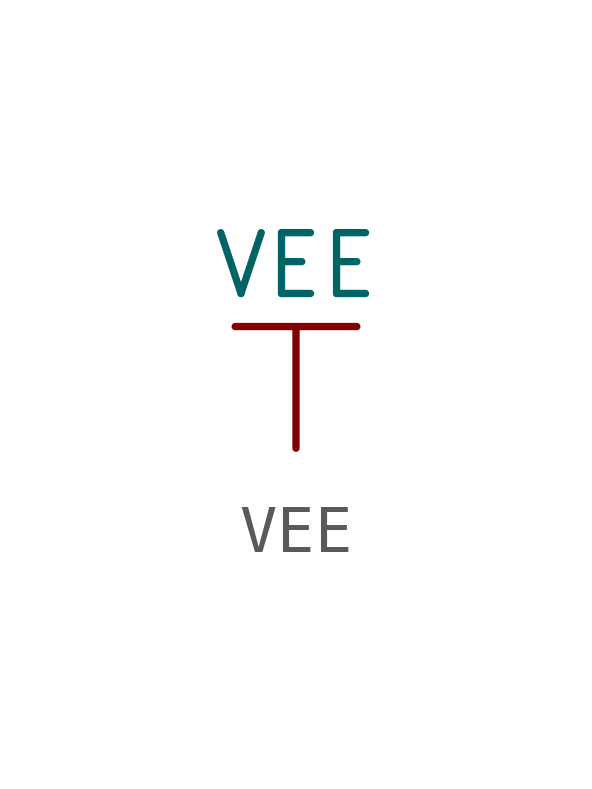
<source format=kicad_sym>
(kicad_symbol_lib
  (version 20220914)
  (generator kicad_symbol_editor)
  (symbol "VEE"
    (power)
    (pin_names
      (offset 0))
    (property "Reference" "#PWR"
      (at 0 -3.81 0)
      (effects (font (size 1.27 1.27)) hide))
    (property "Value" "VEE"
      (at 0 3.81 0)
      (effects (font (size 1.27 1.27))))
    (symbol "VEE_1_1"
      (polyline (pts (xy -1.27 2.54) (xy 1.27 2.54)) (stroke (width 0) (type solid)) (fill (type none)))
      (polyline (pts (xy 0 0) (xy 0 2.54)) (stroke (width 0) (type solid)) (fill (type none)))
      (pin power_in line (at 0 0 90) (length 0) hide (name "VEE" (effects (font (size 1.27 1.27)))) (number "1" (effects (font (size 1.27 1.27))))))))
</source>
